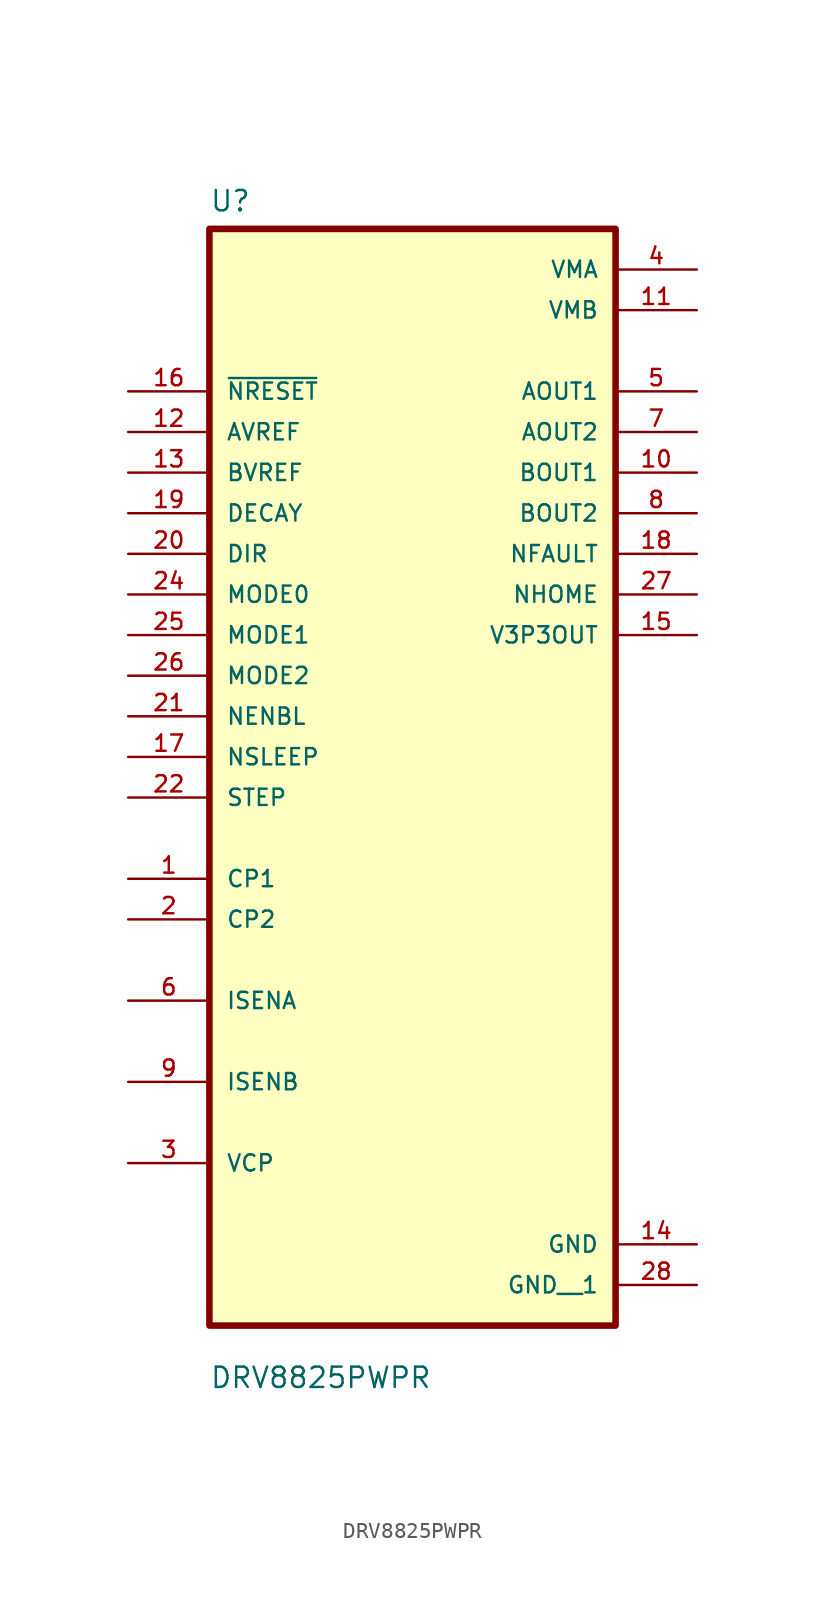
<source format=kicad_sym>
(kicad_symbol_lib
  (version 20211014)
  (generator kicad_symbol_editor)
  (symbol "DRV8825PWPR"
    (pin_names
      (offset 1.016))
    (property "Reference" "U"
      (at -12.7 34.02 0.0)
      (effects (font (size 1.27 1.27)) (justify bottom left)))
    (property "Value" "DRV8825PWPR"
      (at -12.7 -39.56 0.0)
      (effects (font (size 1.27 1.27)) (justify bottom left)))
    (symbol "DRV8825PWPR_0_0"
      (rectangle (start -12.7 -35.56) (end 12.7 33.02) (stroke (width 0.41)) (fill (type background)))
      (pin input line (at -17.78 22.86 0) (length 5.08) (name "~{NRESET}" (effects (font (size 1.016 1.016)))) (number "16" (effects (font (size 1.016 1.016)))))
      (pin input line (at -17.78 20.32 0) (length 5.08) (name "AVREF" (effects (font (size 1.016 1.016)))) (number "12" (effects (font (size 1.016 1.016)))))
      (pin input line (at -17.78 17.78 0) (length 5.08) (name "BVREF" (effects (font (size 1.016 1.016)))) (number "13" (effects (font (size 1.016 1.016)))))
      (pin input line (at -17.78 15.24 0) (length 5.08) (name "DECAY" (effects (font (size 1.016 1.016)))) (number "19" (effects (font (size 1.016 1.016)))))
      (pin input line (at -17.78 12.7 0) (length 5.08) (name "DIR" (effects (font (size 1.016 1.016)))) (number "20" (effects (font (size 1.016 1.016)))))
      (pin input line (at -17.78 10.16 0) (length 5.08) (name "MODE0" (effects (font (size 1.016 1.016)))) (number "24" (effects (font (size 1.016 1.016)))))
      (pin input line (at -17.78 7.62 0) (length 5.08) (name "MODE1" (effects (font (size 1.016 1.016)))) (number "25" (effects (font (size 1.016 1.016)))))
      (pin input line (at -17.78 5.08 0) (length 5.08) (name "MODE2" (effects (font (size 1.016 1.016)))) (number "26" (effects (font (size 1.016 1.016)))))
      (pin input line (at -17.78 2.54 0) (length 5.08) (name "NENBL" (effects (font (size 1.016 1.016)))) (number "21" (effects (font (size 1.016 1.016)))))
      (pin input line (at -17.78 1.06581e-14 0) (length 5.08) (name "NSLEEP" (effects (font (size 1.016 1.016)))) (number "17" (effects (font (size 1.016 1.016)))))
      (pin input line (at -17.78 -2.54 0) (length 5.08) (name "STEP" (effects (font (size 1.016 1.016)))) (number "22" (effects (font (size 1.016 1.016)))))
      (pin bidirectional line (at -17.78 -7.62 0) (length 5.08) (name "CP1" (effects (font (size 1.016 1.016)))) (number "1" (effects (font (size 1.016 1.016)))))
      (pin bidirectional line (at -17.78 -10.16 0) (length 5.08) (name "CP2" (effects (font (size 1.016 1.016)))) (number "2" (effects (font (size 1.016 1.016)))))
      (pin bidirectional line (at -17.78 -15.24 0) (length 5.08) (name "ISENA" (effects (font (size 1.016 1.016)))) (number "6" (effects (font (size 1.016 1.016)))))
      (pin bidirectional line (at -17.78 -20.32 0) (length 5.08) (name "ISENB" (effects (font (size 1.016 1.016)))) (number "9" (effects (font (size 1.016 1.016)))))
      (pin bidirectional line (at -17.78 -25.4 0) (length 5.08) (name "VCP" (effects (font (size 1.016 1.016)))) (number "3" (effects (font (size 1.016 1.016)))))
      (pin power_in line (at 17.78 30.48 180.0) (length 5.08) (name "VMA" (effects (font (size 1.016 1.016)))) (number "4" (effects (font (size 1.016 1.016)))))
      (pin power_in line (at 17.78 27.94 180.0) (length 5.08) (name "VMB" (effects (font (size 1.016 1.016)))) (number "11" (effects (font (size 1.016 1.016)))))
      (pin output line (at 17.78 22.86 180.0) (length 5.08) (name "AOUT1" (effects (font (size 1.016 1.016)))) (number "5" (effects (font (size 1.016 1.016)))))
      (pin output line (at 17.78 20.32 180.0) (length 5.08) (name "AOUT2" (effects (font (size 1.016 1.016)))) (number "7" (effects (font (size 1.016 1.016)))))
      (pin output line (at 17.78 17.78 180.0) (length 5.08) (name "BOUT1" (effects (font (size 1.016 1.016)))) (number "10" (effects (font (size 1.016 1.016)))))
      (pin output line (at 17.78 15.24 180.0) (length 5.08) (name "BOUT2" (effects (font (size 1.016 1.016)))) (number "8" (effects (font (size 1.016 1.016)))))
      (pin output line (at 17.78 12.7 180.0) (length 5.08) (name "NFAULT" (effects (font (size 1.016 1.016)))) (number "18" (effects (font (size 1.016 1.016)))))
      (pin output line (at 17.78 10.16 180.0) (length 5.08) (name "NHOME" (effects (font (size 1.016 1.016)))) (number "27" (effects (font (size 1.016 1.016)))))
      (pin output line (at 17.78 7.62 180.0) (length 5.08) (name "V3P3OUT" (effects (font (size 1.016 1.016)))) (number "15" (effects (font (size 1.016 1.016)))))
      (pin power_in line (at 17.78 -30.48 180.0) (length 5.08) (name "GND" (effects (font (size 1.016 1.016)))) (number "14" (effects (font (size 1.016 1.016)))))
      (pin power_in line (at 17.78 -33.02 180.0) (length 5.08) (name "GND__1" (effects (font (size 1.016 1.016)))) (number "28" (effects (font (size 1.016 1.016))))))))
</source>
